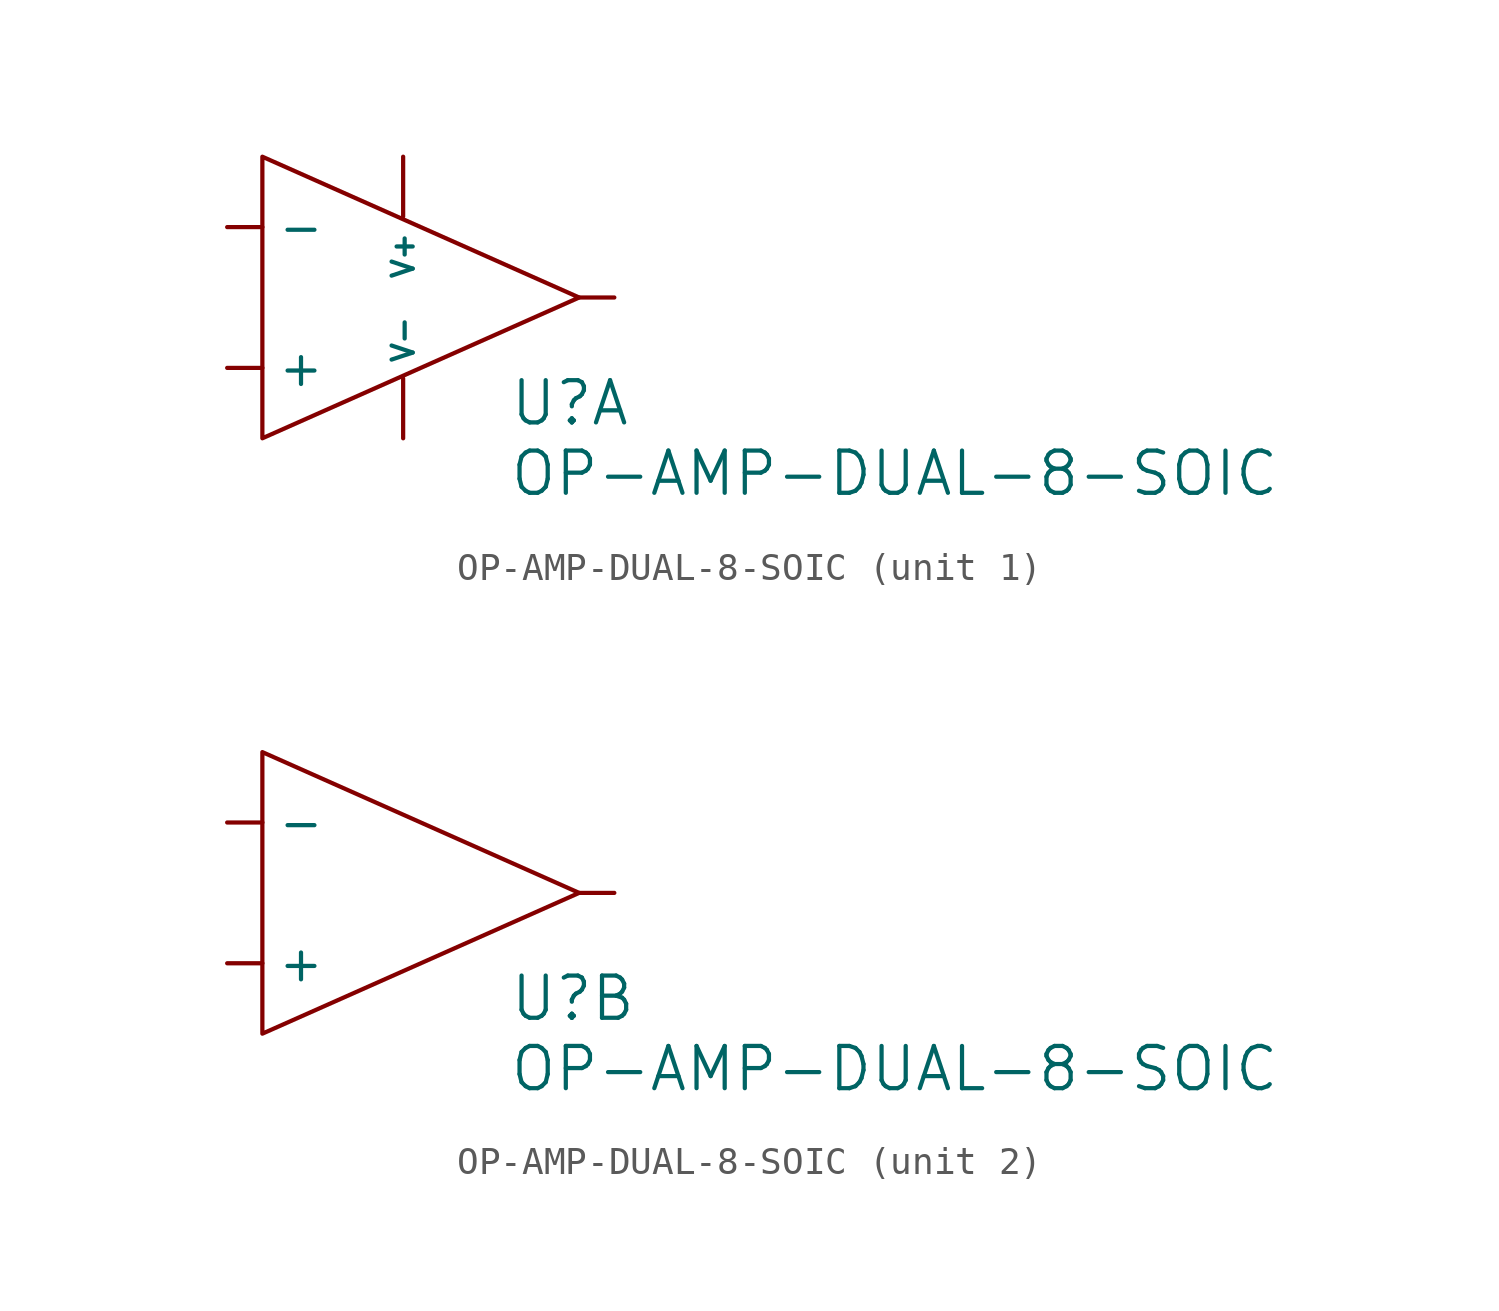
<source format=kicad_sym>
(kicad_symbol_lib
  (version 20211014)
  (generator kicad_symbol_editor)
  (symbol "OP-AMP-DUAL-8-SOIC"
    (pin_numbers hide)
    (property "Reference" "U"
      (at 6.35 -3.81 0)
      (effects (font (size 1.524 1.524)) (justify left)))
    (property "Value" "OP-AMP-DUAL-8-SOIC"
      (at 6.35 -6.35 0)
      (effects (font (size 1.524 1.524)) (justify left)))
    (symbol "OP-AMP-DUAL-8-SOIC_0_1"
      (polyline (pts (xy -2.54 5.08) (xy -2.54 -5.08) (xy 8.89 0) (xy -2.54 5.08)) (stroke (width 0) (type default) (color 0 0 0 0)) (fill (type none))))
    (symbol "OP-AMP-DUAL-8-SOIC_1_1"
      (pin power_out line (at 10.16 0 180) (length 1.27) (name "~" (effects (font (size 1.27 1.27)))) (number "1" (effects (font (size 1.27 1.27)))))
      (pin passive line (at -3.81 2.54 0) (length 1.27) (name "-" (effects (font (size 1.27 1.27)))) (number "2" (effects (font (size 1.27 1.27)))))
      (pin passive line (at -3.81 -2.54 0) (length 1.27) (name "+" (effects (font (size 1.27 1.27)))) (number "3" (effects (font (size 1.27 1.27)))))
      (pin power_in line (at 2.54 -5.08 90) (length 2.159) (name "V-" (effects (font (size 0.762 0.762)))) (number "4" (effects (font (size 1.27 1.27)))))
      (pin power_in line (at 2.54 5.08 270) (length 2.159) (name "V+" (effects (font (size 0.762 0.762)))) (number "8" (effects (font (size 1.27 1.27))))))
    (symbol "OP-AMP-DUAL-8-SOIC_2_1"
      (pin passive line (at -3.81 -2.54 0) (length 1.27) (name "+" (effects (font (size 1.27 1.27)))) (number "5" (effects (font (size 1.27 1.27)))))
      (pin passive line (at -3.81 2.54 0) (length 1.27) (name "-" (effects (font (size 1.27 1.27)))) (number "6" (effects (font (size 1.27 1.27)))))
      (pin power_out line (at 10.16 0 180) (length 1.27) (name "~" (effects (font (size 1.27 1.27)))) (number "7" (effects (font (size 1.27 1.27))))))))
</source>
